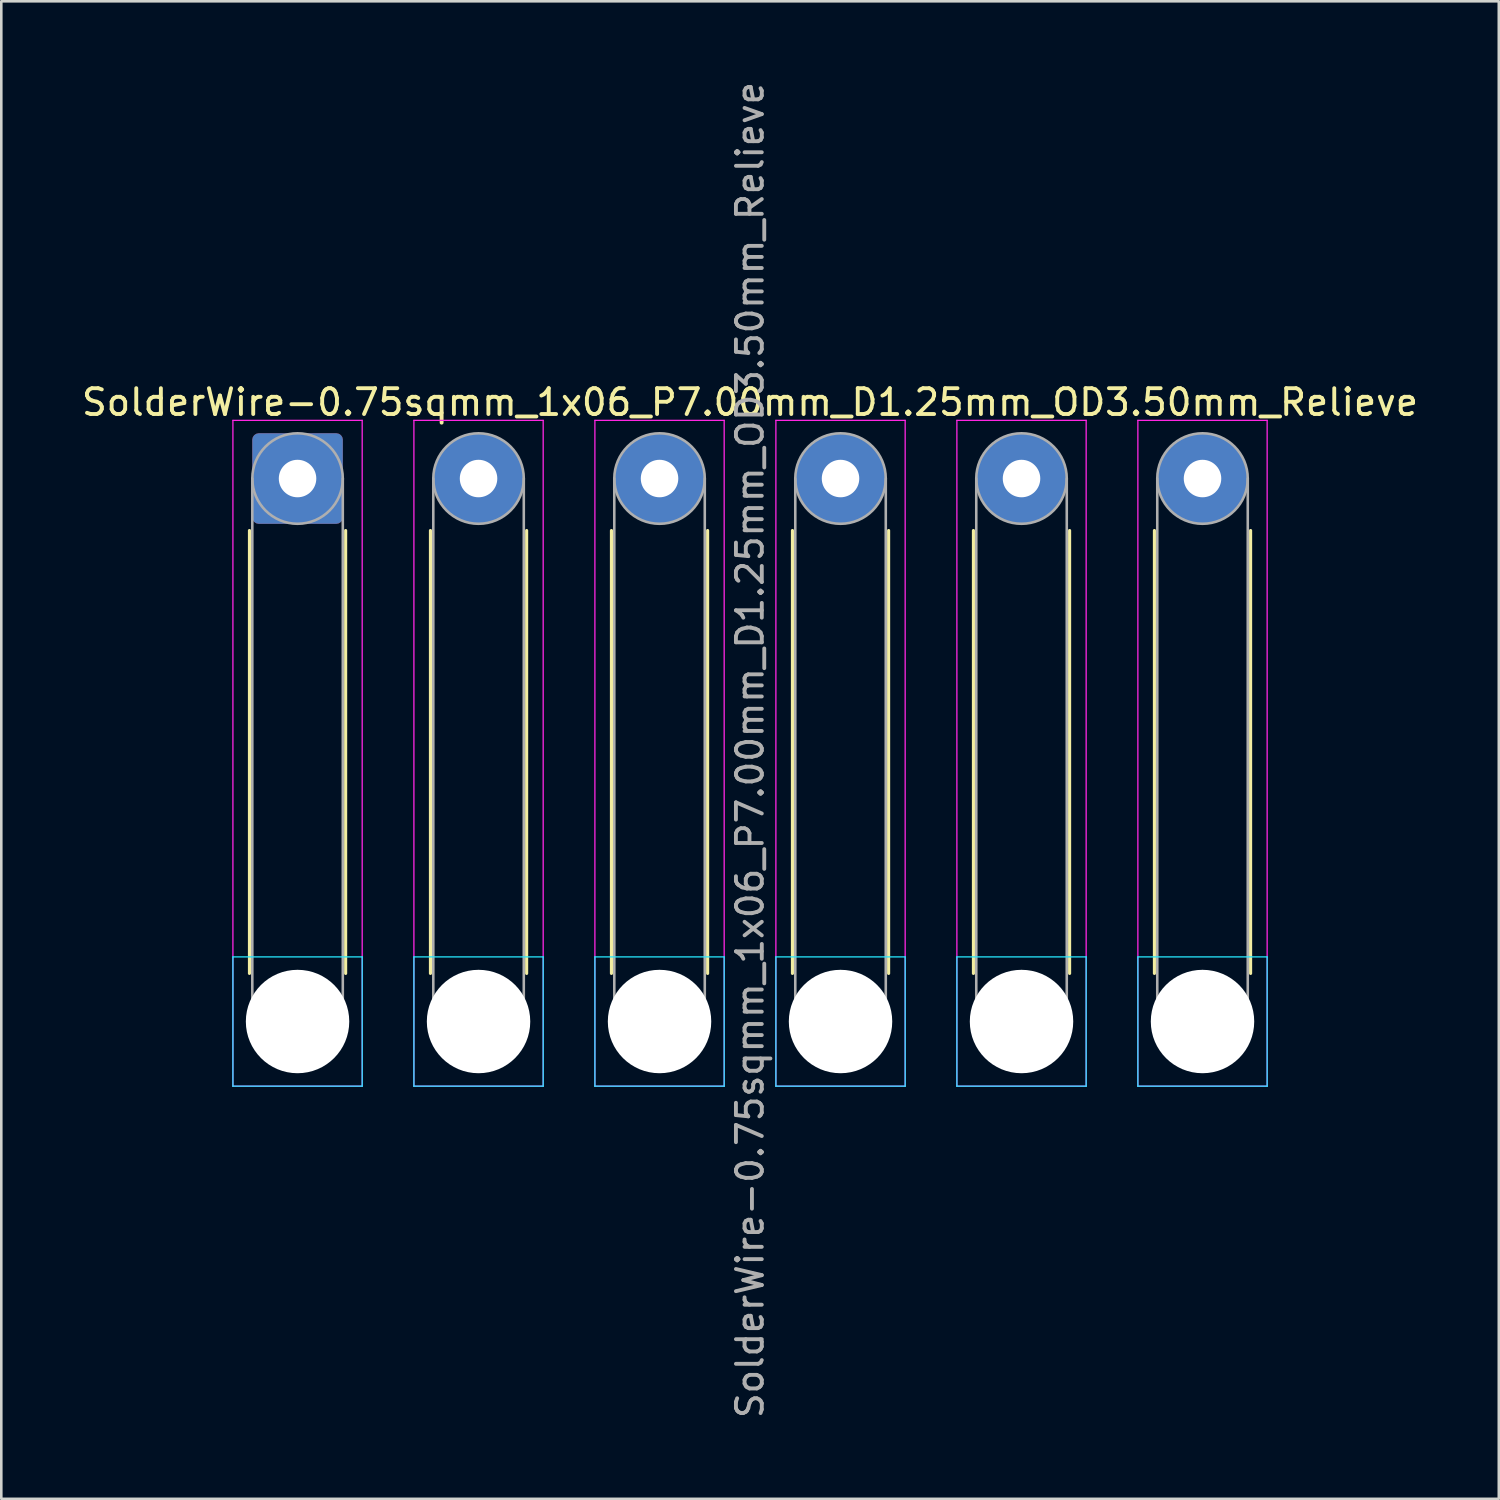
<source format=kicad_pcb>
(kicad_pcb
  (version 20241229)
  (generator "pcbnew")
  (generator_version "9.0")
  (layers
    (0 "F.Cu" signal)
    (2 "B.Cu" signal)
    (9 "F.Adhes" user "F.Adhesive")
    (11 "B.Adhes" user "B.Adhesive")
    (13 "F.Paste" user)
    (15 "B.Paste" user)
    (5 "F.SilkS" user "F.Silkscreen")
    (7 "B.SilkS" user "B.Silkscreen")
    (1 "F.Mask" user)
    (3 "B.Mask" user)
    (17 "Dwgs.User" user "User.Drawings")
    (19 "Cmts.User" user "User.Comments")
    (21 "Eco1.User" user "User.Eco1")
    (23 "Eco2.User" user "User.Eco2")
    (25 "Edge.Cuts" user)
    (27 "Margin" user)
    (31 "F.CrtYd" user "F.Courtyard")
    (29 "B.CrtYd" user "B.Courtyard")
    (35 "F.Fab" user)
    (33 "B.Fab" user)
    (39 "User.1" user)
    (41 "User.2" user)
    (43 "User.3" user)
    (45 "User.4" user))
  (footprint "SolderWire-0.75sqmm_1x06_P7.00mm_D1.25mm_OD3.50mm_Relieve"
    (layer "F.Cu")
    (at 8.458 15.458)
    (property "Reference" "SolderWire-0.75sqmm_1x06_P7.00mm_D1.25mm_OD3.50mm_Relieve" (at 17.5 -2.95 0) (layer "F.SilkS") (effects (font (size 1 1) (thickness 0.15))))
    (attr exclude_from_pos_files exclude_from_bom)
    (fp_line (start -1.86 2.01) (end -1.86 19.14) (stroke (width 0.12) (type solid)) (layer "F.SilkS"))
    (fp_line (start 1.86 2.01) (end 1.86 19.14) (stroke (width 0.12) (type solid)) (layer "F.SilkS"))
    (fp_line (start 5.14 2.01) (end 5.14 19.14) (stroke (width 0.12) (type solid)) (layer "F.SilkS"))
    (fp_line (start 8.86 2.01) (end 8.86 19.14) (stroke (width 0.12) (type solid)) (layer "F.SilkS"))
    (fp_line (start 12.14 2.01) (end 12.14 19.14) (stroke (width 0.12) (type solid)) (layer "F.SilkS"))
    (fp_line (start 15.86 2.01) (end 15.86 19.14) (stroke (width 0.12) (type solid)) (layer "F.SilkS"))
    (fp_line (start 19.14 2.01) (end 19.14 19.14) (stroke (width 0.12) (type solid)) (layer "F.SilkS"))
    (fp_line (start 22.86 2.01) (end 22.86 19.14) (stroke (width 0.12) (type solid)) (layer "F.SilkS"))
    (fp_line (start 26.14 2.01) (end 26.14 19.14) (stroke (width 0.12) (type solid)) (layer "F.SilkS"))
    (fp_line (start 29.86 2.01) (end 29.86 19.14) (stroke (width 0.12) (type solid)) (layer "F.SilkS"))
    (fp_line (start 33.14 2.01) (end 33.14 19.14) (stroke (width 0.12) (type solid)) (layer "F.SilkS"))
    (fp_line (start 36.86 2.01) (end 36.86 19.14) (stroke (width 0.12) (type solid)) (layer "F.SilkS"))
    (fp_line (start -2.5 18.5) (end -2.5 23.5) (stroke (width 0.05) (type solid)) (layer "B.CrtYd"))
    (fp_line (start -2.5 23.5) (end 2.5 23.5) (stroke (width 0.05) (type solid)) (layer "B.CrtYd"))
    (fp_line (start 2.5 18.5) (end -2.5 18.5) (stroke (width 0.05) (type solid)) (layer "B.CrtYd"))
    (fp_line (start 2.5 23.5) (end 2.5 18.5) (stroke (width 0.05) (type solid)) (layer "B.CrtYd"))
    (fp_line (start 4.5 18.5) (end 4.5 23.5) (stroke (width 0.05) (type solid)) (layer "B.CrtYd"))
    (fp_line (start 4.5 23.5) (end 9.5 23.5) (stroke (width 0.05) (type solid)) (layer "B.CrtYd"))
    (fp_line (start 9.5 18.5) (end 4.5 18.5) (stroke (width 0.05) (type solid)) (layer "B.CrtYd"))
    (fp_line (start 9.5 23.5) (end 9.5 18.5) (stroke (width 0.05) (type solid)) (layer "B.CrtYd"))
    (fp_line (start 11.5 18.5) (end 11.5 23.5) (stroke (width 0.05) (type solid)) (layer "B.CrtYd"))
    (fp_line (start 11.5 23.5) (end 16.5 23.5) (stroke (width 0.05) (type solid)) (layer "B.CrtYd"))
    (fp_line (start 16.5 18.5) (end 11.5 18.5) (stroke (width 0.05) (type solid)) (layer "B.CrtYd"))
    (fp_line (start 16.5 23.5) (end 16.5 18.5) (stroke (width 0.05) (type solid)) (layer "B.CrtYd"))
    (fp_line (start 18.5 18.5) (end 18.5 23.5) (stroke (width 0.05) (type solid)) (layer "B.CrtYd"))
    (fp_line (start 18.5 23.5) (end 23.5 23.5) (stroke (width 0.05) (type solid)) (layer "B.CrtYd"))
    (fp_line (start 23.5 18.5) (end 18.5 18.5) (stroke (width 0.05) (type solid)) (layer "B.CrtYd"))
    (fp_line (start 23.5 23.5) (end 23.5 18.5) (stroke (width 0.05) (type solid)) (layer "B.CrtYd"))
    (fp_line (start 25.5 18.5) (end 25.5 23.5) (stroke (width 0.05) (type solid)) (layer "B.CrtYd"))
    (fp_line (start 25.5 23.5) (end 30.5 23.5) (stroke (width 0.05) (type solid)) (layer "B.CrtYd"))
    (fp_line (start 30.5 18.5) (end 25.5 18.5) (stroke (width 0.05) (type solid)) (layer "B.CrtYd"))
    (fp_line (start 30.5 23.5) (end 30.5 18.5) (stroke (width 0.05) (type solid)) (layer "B.CrtYd"))
    (fp_line (start 32.5 18.5) (end 32.5 23.5) (stroke (width 0.05) (type solid)) (layer "B.CrtYd"))
    (fp_line (start 32.5 23.5) (end 37.5 23.5) (stroke (width 0.05) (type solid)) (layer "B.CrtYd"))
    (fp_line (start 37.5 18.5) (end 32.5 18.5) (stroke (width 0.05) (type solid)) (layer "B.CrtYd"))
    (fp_line (start 37.5 23.5) (end 37.5 18.5) (stroke (width 0.05) (type solid)) (layer "B.CrtYd"))
    (fp_line (start -2.5 -2.25) (end -2.5 23.5) (stroke (width 0.05) (type solid)) (layer "F.CrtYd"))
    (fp_line (start -2.5 23.5) (end 2.5 23.5) (stroke (width 0.05) (type solid)) (layer "F.CrtYd"))
    (fp_line (start 2.5 -2.25) (end -2.5 -2.25) (stroke (width 0.05) (type solid)) (layer "F.CrtYd"))
    (fp_line (start 2.5 23.5) (end 2.5 -2.25) (stroke (width 0.05) (type solid)) (layer "F.CrtYd"))
    (fp_line (start 4.5 -2.25) (end 4.5 23.5) (stroke (width 0.05) (type solid)) (layer "F.CrtYd"))
    (fp_line (start 4.5 23.5) (end 9.5 23.5) (stroke (width 0.05) (type solid)) (layer "F.CrtYd"))
    (fp_line (start 9.5 -2.25) (end 4.5 -2.25) (stroke (width 0.05) (type solid)) (layer "F.CrtYd"))
    (fp_line (start 9.5 23.5) (end 9.5 -2.25) (stroke (width 0.05) (type solid)) (layer "F.CrtYd"))
    (fp_line (start 11.5 -2.25) (end 11.5 23.5) (stroke (width 0.05) (type solid)) (layer "F.CrtYd"))
    (fp_line (start 11.5 23.5) (end 16.5 23.5) (stroke (width 0.05) (type solid)) (layer "F.CrtYd"))
    (fp_line (start 16.5 -2.25) (end 11.5 -2.25) (stroke (width 0.05) (type solid)) (layer "F.CrtYd"))
    (fp_line (start 16.5 23.5) (end 16.5 -2.25) (stroke (width 0.05) (type solid)) (layer "F.CrtYd"))
    (fp_line (start 18.5 -2.25) (end 18.5 23.5) (stroke (width 0.05) (type solid)) (layer "F.CrtYd"))
    (fp_line (start 18.5 23.5) (end 23.5 23.5) (stroke (width 0.05) (type solid)) (layer "F.CrtYd"))
    (fp_line (start 23.5 -2.25) (end 18.5 -2.25) (stroke (width 0.05) (type solid)) (layer "F.CrtYd"))
    (fp_line (start 23.5 23.5) (end 23.5 -2.25) (stroke (width 0.05) (type solid)) (layer "F.CrtYd"))
    (fp_line (start 25.5 -2.25) (end 25.5 23.5) (stroke (width 0.05) (type solid)) (layer "F.CrtYd"))
    (fp_line (start 25.5 23.5) (end 30.5 23.5) (stroke (width 0.05) (type solid)) (layer "F.CrtYd"))
    (fp_line (start 30.5 -2.25) (end 25.5 -2.25) (stroke (width 0.05) (type solid)) (layer "F.CrtYd"))
    (fp_line (start 30.5 23.5) (end 30.5 -2.25) (stroke (width 0.05) (type solid)) (layer "F.CrtYd"))
    (fp_line (start 32.5 -2.25) (end 32.5 23.5) (stroke (width 0.05) (type solid)) (layer "F.CrtYd"))
    (fp_line (start 32.5 23.5) (end 37.5 23.5) (stroke (width 0.05) (type solid)) (layer "F.CrtYd"))
    (fp_line (start 37.5 -2.25) (end 32.5 -2.25) (stroke (width 0.05) (type solid)) (layer "F.CrtYd"))
    (fp_line (start 37.5 23.5) (end 37.5 -2.25) (stroke (width 0.05) (type solid)) (layer "F.CrtYd"))
    (fp_line (start -1.75 0) (end -1.75 21) (stroke (width 0.1) (type solid)) (layer "F.Fab"))
    (fp_line (start 1.75 0) (end 1.75 21) (stroke (width 0.1) (type solid)) (layer "F.Fab"))
    (fp_line (start 5.25 0) (end 5.25 21) (stroke (width 0.1) (type solid)) (layer "F.Fab"))
    (fp_line (start 8.75 0) (end 8.75 21) (stroke (width 0.1) (type solid)) (layer "F.Fab"))
    (fp_line (start 12.25 0) (end 12.25 21) (stroke (width 0.1) (type solid)) (layer "F.Fab"))
    (fp_line (start 15.75 0) (end 15.75 21) (stroke (width 0.1) (type solid)) (layer "F.Fab"))
    (fp_line (start 19.25 0) (end 19.25 21) (stroke (width 0.1) (type solid)) (layer "F.Fab"))
    (fp_line (start 22.75 0) (end 22.75 21) (stroke (width 0.1) (type solid)) (layer "F.Fab"))
    (fp_line (start 26.25 0) (end 26.25 21) (stroke (width 0.1) (type solid)) (layer "F.Fab"))
    (fp_line (start 29.75 0) (end 29.75 21) (stroke (width 0.1) (type solid)) (layer "F.Fab"))
    (fp_line (start 33.25 0) (end 33.25 21) (stroke (width 0.1) (type solid)) (layer "F.Fab"))
    (fp_line (start 36.75 0) (end 36.75 21) (stroke (width 0.1) (type solid)) (layer "F.Fab"))
    (fp_circle (center 0 0) (end 1.75 0) (stroke (width 0.1) (type solid)) (fill no) (layer "F.Fab"))
    (fp_circle (center 0 21) (end 1.75 21) (stroke (width 0.1) (type solid)) (fill no) (layer "F.Fab"))
    (fp_circle (center 7 0) (end 8.75 0) (stroke (width 0.1) (type solid)) (fill no) (layer "F.Fab"))
    (fp_circle (center 7 21) (end 8.75 21) (stroke (width 0.1) (type solid)) (fill no) (layer "F.Fab"))
    (fp_circle (center 14 0) (end 15.75 0) (stroke (width 0.1) (type solid)) (fill no) (layer "F.Fab"))
    (fp_circle (center 14 21) (end 15.75 21) (stroke (width 0.1) (type solid)) (fill no) (layer "F.Fab"))
    (fp_circle (center 21 0) (end 22.75 0) (stroke (width 0.1) (type solid)) (fill no) (layer "F.Fab"))
    (fp_circle (center 21 21) (end 22.75 21) (stroke (width 0.1) (type solid)) (fill no) (layer "F.Fab"))
    (fp_circle (center 28 0) (end 29.75 0) (stroke (width 0.1) (type solid)) (fill no) (layer "F.Fab"))
    (fp_circle (center 28 21) (end 29.75 21) (stroke (width 0.1) (type solid)) (fill no) (layer "F.Fab"))
    (fp_circle (center 35 0) (end 36.75 0) (stroke (width 0.1) (type solid)) (fill no) (layer "F.Fab"))
    (fp_circle (center 35 21) (end 36.75 21) (stroke (width 0.1) (type solid)) (fill no) (layer "F.Fab"))
    (fp_text user "${REFERENCE}" (at 17.5 10.5 90) (layer "F.Fab") (effects (font (size 1 1) (thickness 0.15))))
    (pad "" np_thru_hole circle (at 0 21) (size 4 4) (drill 4) (layers "*.Cu" "*.Mask"))
    (pad "" np_thru_hole circle (at 7 21) (size 4 4) (drill 4) (layers "*.Cu" "*.Mask"))
    (pad "" np_thru_hole circle (at 14 21) (size 4 4) (drill 4) (layers "*.Cu" "*.Mask"))
    (pad "" np_thru_hole circle (at 21 21) (size 4 4) (drill 4) (layers "*.Cu" "*.Mask"))
    (pad "" np_thru_hole circle (at 28 21) (size 4 4) (drill 4) (layers "*.Cu" "*.Mask"))
    (pad "" np_thru_hole circle (at 35 21) (size 4 4) (drill 4) (layers "*.Cu" "*.Mask"))
    (pad "1" thru_hole roundrect (at 0 0) (size 3.5 3.5) (drill 1.45) (layers "*.Cu" "*.Mask") (roundrect_rratio 0.071))
    (pad "2" thru_hole circle (at 7 0) (size 3.5 3.5) (drill 1.45) (layers "*.Cu" "*.Mask"))
    (pad "3" thru_hole circle (at 14 0) (size 3.5 3.5) (drill 1.45) (layers "*.Cu" "*.Mask"))
    (pad "4" thru_hole circle (at 21 0) (size 3.5 3.5) (drill 1.45) (layers "*.Cu" "*.Mask"))
    (pad "5" thru_hole circle (at 28 0) (size 3.5 3.5) (drill 1.45) (layers "*.Cu" "*.Mask"))
    (pad "6" thru_hole circle (at 35 0) (size 3.5 3.5) (drill 1.45) (layers "*.Cu" "*.Mask")))
  (gr_rect
    (start -3 -3)
    (end 54.917 54.917)
    (stroke (width 0.1) (type default))
    (fill no)
    (layer "Edge.Cuts")))
</source>
